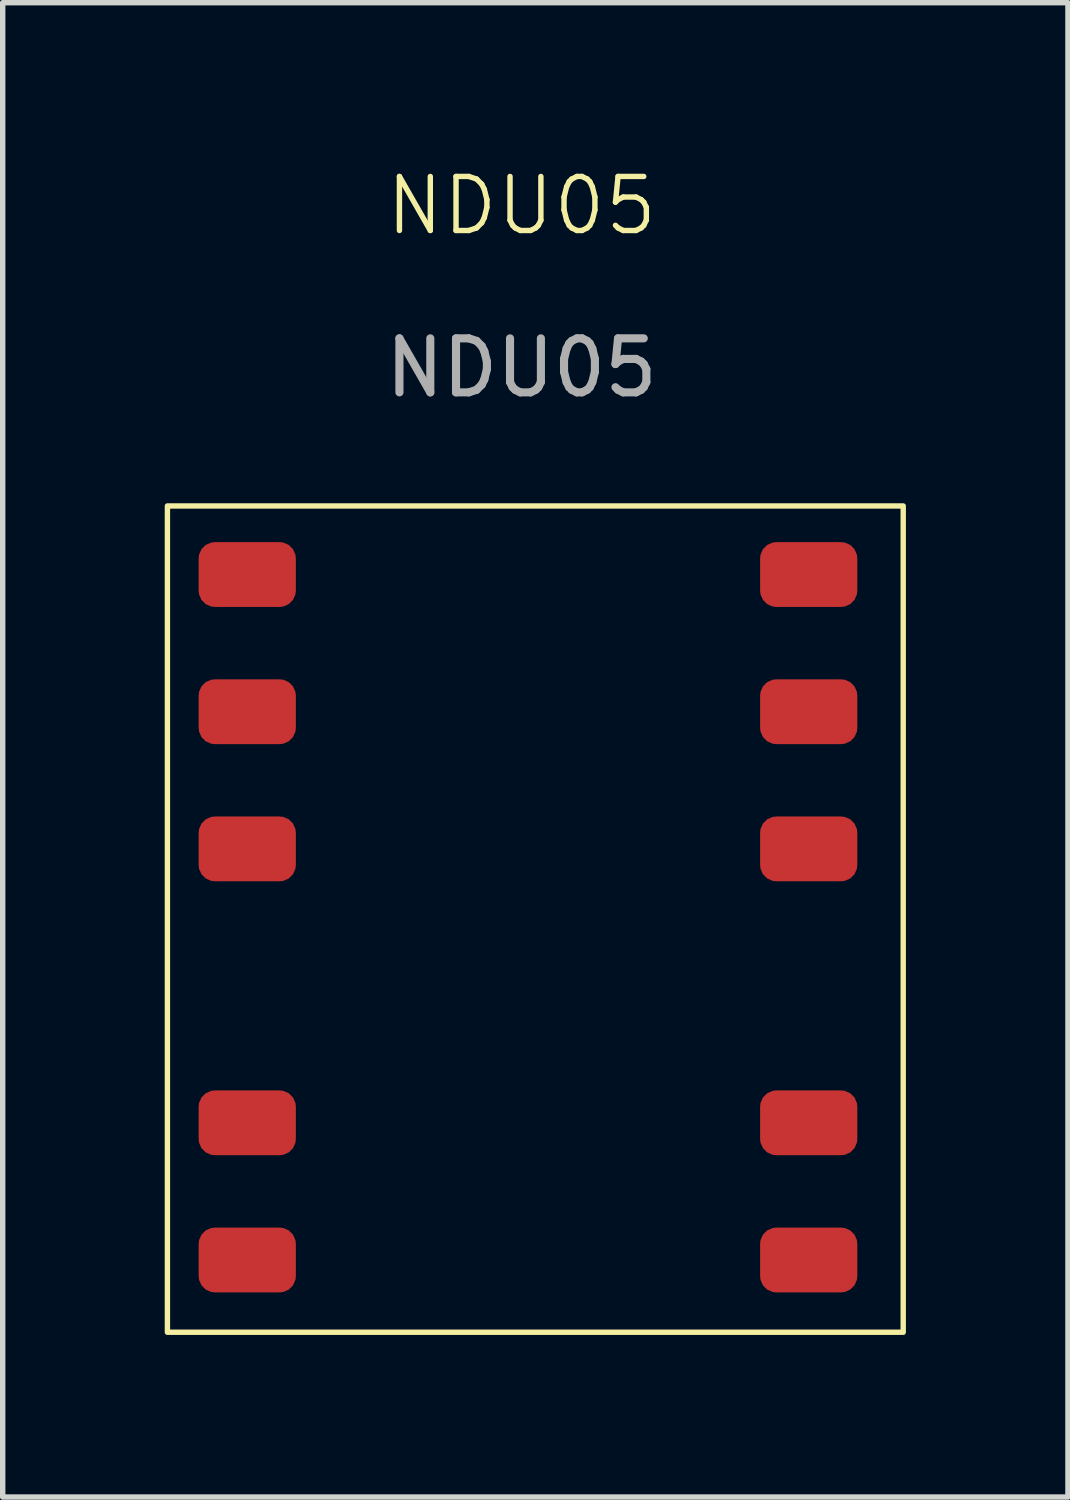
<source format=kicad_pcb>
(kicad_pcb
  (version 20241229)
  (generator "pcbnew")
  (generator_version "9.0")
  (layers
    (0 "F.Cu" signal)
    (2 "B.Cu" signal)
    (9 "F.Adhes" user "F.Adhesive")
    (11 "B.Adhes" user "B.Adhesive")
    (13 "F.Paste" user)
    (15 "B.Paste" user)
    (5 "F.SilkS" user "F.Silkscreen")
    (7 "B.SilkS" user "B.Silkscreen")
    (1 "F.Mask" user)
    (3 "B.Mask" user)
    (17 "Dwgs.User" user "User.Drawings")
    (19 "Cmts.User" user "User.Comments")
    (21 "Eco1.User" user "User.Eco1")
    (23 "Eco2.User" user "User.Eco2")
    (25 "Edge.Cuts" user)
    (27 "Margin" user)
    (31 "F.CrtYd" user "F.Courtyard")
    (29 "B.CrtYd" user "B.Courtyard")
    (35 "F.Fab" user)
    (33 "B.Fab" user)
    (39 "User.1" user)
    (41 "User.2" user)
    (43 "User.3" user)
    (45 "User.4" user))
  (footprint "NDU05"
    (layer "F.Cu")
    (at 6.608 14.73)
    (property "Reference" "NDU05" (at 0 -13.97 0) (unlocked yes) (layer "F.SilkS") (effects (font (size 1 1) (thickness 0.1))))
    (attr smd)
    (fp_rect (start -6.558 -8.412) (end 7.066 6.888) (stroke (width 0.1) (type default)) (fill no) (layer "F.SilkS"))
    (fp_text user "${REFERENCE}" (at 0 -10.97 0) (unlocked yes) (layer "F.Fab") (effects (font (size 1 1) (thickness 0.15))))
    (pad "1" smd roundrect (at -5.08 -7.142 180) (size 1.8 1.2) (layers "F.Cu" "F.Mask" "F.Paste") (roundrect_rratio 0.25))
    (pad "2" smd roundrect (at -5.08 -4.602 180) (size 1.8 1.2) (layers "F.Cu" "F.Mask" "F.Paste") (roundrect_rratio 0.25))
    (pad "3" smd roundrect (at -5.08 -2.062 180) (size 1.8 1.2) (layers "F.Cu" "F.Mask" "F.Paste") (roundrect_rratio 0.25))
    (pad "5" smd roundrect (at -5.08 3.01 180) (size 1.8 1.2) (layers "F.Cu" "F.Mask" "F.Paste") (roundrect_rratio 0.25))
    (pad "6" smd roundrect (at -5.08 5.55 180) (size 1.8 1.2) (layers "F.Cu" "F.Mask" "F.Paste") (roundrect_rratio 0.25))
    (pad "7" smd roundrect (at 5.316 5.55 180) (size 1.8 1.2) (layers "F.Cu" "F.Mask" "F.Paste") (roundrect_rratio 0.25))
    (pad "8" smd roundrect (at 5.316 3.01 180) (size 1.8 1.2) (layers "F.Cu" "F.Mask" "F.Paste") (roundrect_rratio 0.25))
    (pad "10" smd roundrect (at 5.316 -2.062 180) (size 1.8 1.2) (layers "F.Cu" "F.Mask" "F.Paste") (roundrect_rratio 0.25))
    (pad "11" smd roundrect (at 5.316 -4.602 180) (size 1.8 1.2) (layers "F.Cu" "F.Mask" "F.Paste") (roundrect_rratio 0.25))
    (pad "12" smd roundrect (at 5.316 -7.142 180) (size 1.8 1.2) (layers "F.Cu" "F.Mask" "F.Paste") (roundrect_rratio 0.25)))
  (gr_rect
    (start -3 -3)
    (end 16.724 24.669)
    (stroke (width 0.1) (type default))
    (fill no)
    (layer "Edge.Cuts")))
</source>
